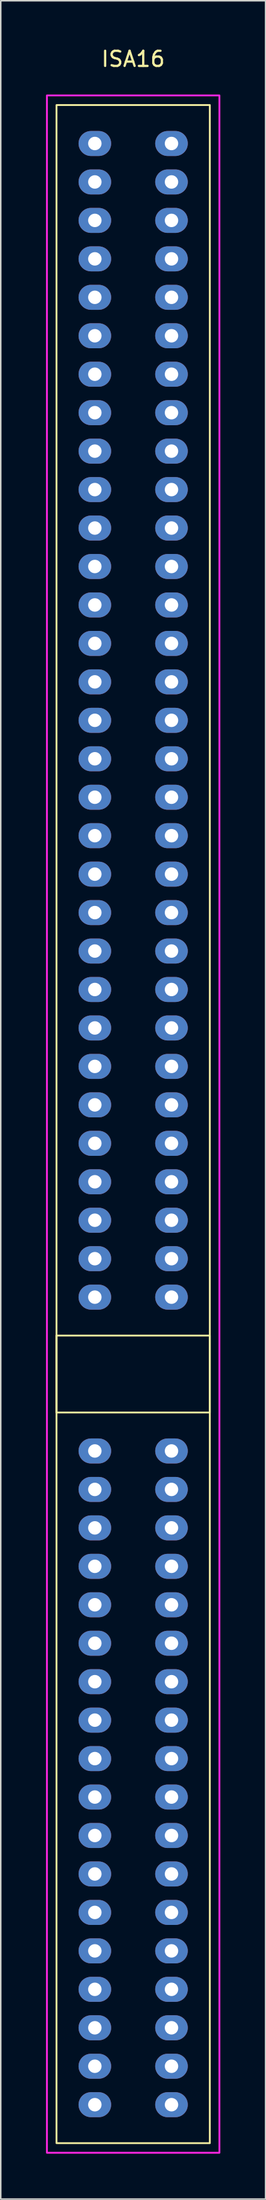
<source format=kicad_pcb>
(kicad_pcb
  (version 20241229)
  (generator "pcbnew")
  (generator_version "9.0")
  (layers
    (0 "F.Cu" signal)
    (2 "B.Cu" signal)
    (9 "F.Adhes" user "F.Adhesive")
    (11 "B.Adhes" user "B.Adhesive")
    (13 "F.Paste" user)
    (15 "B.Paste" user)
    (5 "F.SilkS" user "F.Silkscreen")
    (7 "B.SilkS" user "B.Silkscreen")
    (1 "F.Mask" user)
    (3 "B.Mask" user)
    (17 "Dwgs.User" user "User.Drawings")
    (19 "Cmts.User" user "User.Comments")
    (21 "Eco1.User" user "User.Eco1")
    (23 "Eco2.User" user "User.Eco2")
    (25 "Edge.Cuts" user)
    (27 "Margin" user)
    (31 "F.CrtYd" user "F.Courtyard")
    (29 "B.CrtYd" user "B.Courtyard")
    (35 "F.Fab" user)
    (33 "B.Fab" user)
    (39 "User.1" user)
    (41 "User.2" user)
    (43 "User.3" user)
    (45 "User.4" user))
  (footprint "ISA16"
    (layer "F.Cu")
    (at 3.235 6.428)
    (property "Reference" "ISA16" (at 2.54 -5.58 0) (unlocked yes) (layer "F.SilkS") (effects (font (size 1 1) (thickness 0.15))))
    (attr through_hole)
    (fp_rect (start -2.54 -2.54) (end 7.62 132.08) (stroke (width 0.12) (type default)) (fill no) (layer "F.SilkS"))
    (fp_rect (start -2.54 78.74) (end 7.62 83.82) (stroke (width 0.12) (type default)) (fill no) (layer "F.SilkS"))
    (fp_rect (start -3.175 -3.175) (end 8.255 132.715) (stroke (width 0.12) (type default)) (fill no) (layer "F.CrtYd"))
    (pad "1" thru_hole oval (at 0 0) (size 2.159 1.651) (drill 0.889) (layers "*.Cu" "*.Mask"))
    (pad "2" thru_hole oval (at 0 2.54) (size 2.159 1.651) (drill 0.889) (layers "*.Cu" "*.Mask"))
    (pad "3" thru_hole oval (at 0 5.08) (size 2.159 1.651) (drill 0.889) (layers "*.Cu" "*.Mask"))
    (pad "4" thru_hole oval (at 0 7.62) (size 2.159 1.651) (drill 0.889) (layers "*.Cu" "*.Mask"))
    (pad "5" thru_hole oval (at 0 10.16) (size 2.159 1.651) (drill 0.889) (layers "*.Cu" "*.Mask"))
    (pad "6" thru_hole oval (at 0 12.7) (size 2.159 1.651) (drill 0.889) (layers "*.Cu" "*.Mask"))
    (pad "7" thru_hole oval (at 0 15.24) (size 2.159 1.651) (drill 0.889) (layers "*.Cu" "*.Mask"))
    (pad "8" thru_hole oval (at 0 17.78) (size 2.159 1.651) (drill 0.889) (layers "*.Cu" "*.Mask"))
    (pad "9" thru_hole oval (at 0 20.32) (size 2.159 1.651) (drill 0.889) (layers "*.Cu" "*.Mask"))
    (pad "10" thru_hole oval (at 0 22.86) (size 2.159 1.651) (drill 0.889) (layers "*.Cu" "*.Mask"))
    (pad "11" thru_hole oval (at 0 25.4) (size 2.159 1.651) (drill 0.889) (layers "*.Cu" "*.Mask"))
    (pad "12" thru_hole oval (at 0 27.94) (size 2.159 1.651) (drill 0.889) (layers "*.Cu" "*.Mask"))
    (pad "13" thru_hole oval (at 0 30.48) (size 2.159 1.651) (drill 0.889) (layers "*.Cu" "*.Mask"))
    (pad "14" thru_hole oval (at 0 33.02) (size 2.159 1.651) (drill 0.889) (layers "*.Cu" "*.Mask"))
    (pad "15" thru_hole oval (at 0 35.56) (size 2.159 1.651) (drill 0.889) (layers "*.Cu" "*.Mask"))
    (pad "16" thru_hole oval (at 0 38.1) (size 2.159 1.651) (drill 0.889) (layers "*.Cu" "*.Mask"))
    (pad "17" thru_hole oval (at 0 40.64) (size 2.159 1.651) (drill 0.889) (layers "*.Cu" "*.Mask"))
    (pad "18" thru_hole oval (at 0 43.18) (size 2.159 1.651) (drill 0.889) (layers "*.Cu" "*.Mask"))
    (pad "19" thru_hole oval (at 0 45.72) (size 2.159 1.651) (drill 0.889) (layers "*.Cu" "*.Mask"))
    (pad "20" thru_hole oval (at 0 48.26) (size 2.159 1.651) (drill 0.889) (layers "*.Cu" "*.Mask"))
    (pad "21" thru_hole oval (at 0 50.8) (size 2.159 1.651) (drill 0.889) (layers "*.Cu" "*.Mask"))
    (pad "22" thru_hole oval (at 0 53.34) (size 2.159 1.651) (drill 0.889) (layers "*.Cu" "*.Mask"))
    (pad "23" thru_hole oval (at 0 55.88) (size 2.159 1.651) (drill 0.889) (layers "*.Cu" "*.Mask"))
    (pad "24" thru_hole oval (at 0 58.42) (size 2.159 1.651) (drill 0.889) (layers "*.Cu" "*.Mask"))
    (pad "25" thru_hole oval (at 0 60.96) (size 2.159 1.651) (drill 0.889) (layers "*.Cu" "*.Mask"))
    (pad "26" thru_hole oval (at 0 63.5) (size 2.159 1.651) (drill 0.889) (layers "*.Cu" "*.Mask"))
    (pad "27" thru_hole oval (at 0 66.04) (size 2.159 1.651) (drill 0.889) (layers "*.Cu" "*.Mask"))
    (pad "28" thru_hole oval (at 0 68.58) (size 2.159 1.651) (drill 0.889) (layers "*.Cu" "*.Mask"))
    (pad "29" thru_hole oval (at 0 71.12) (size 2.159 1.651) (drill 0.889) (layers "*.Cu" "*.Mask"))
    (pad "30" thru_hole oval (at 0 73.66) (size 2.159 1.651) (drill 0.889) (layers "*.Cu" "*.Mask"))
    (pad "31" thru_hole oval (at 0 76.2) (size 2.159 1.651) (drill 0.889) (layers "*.Cu" "*.Mask"))
    (pad "32" thru_hole oval (at 5.08 0) (size 2.159 1.651) (drill 0.889) (layers "*.Cu" "*.Mask"))
    (pad "33" thru_hole oval (at 5.08 2.54) (size 2.159 1.651) (drill 0.889) (layers "*.Cu" "*.Mask"))
    (pad "34" thru_hole oval (at 5.08 5.08) (size 2.159 1.651) (drill 0.889) (layers "*.Cu" "*.Mask"))
    (pad "35" thru_hole oval (at 5.08 7.62) (size 2.159 1.651) (drill 0.889) (layers "*.Cu" "*.Mask"))
    (pad "36" thru_hole oval (at 5.08 10.16) (size 2.159 1.651) (drill 0.889) (layers "*.Cu" "*.Mask"))
    (pad "37" thru_hole oval (at 5.08 12.7) (size 2.159 1.651) (drill 0.889) (layers "*.Cu" "*.Mask"))
    (pad "38" thru_hole oval (at 5.08 15.24) (size 2.159 1.651) (drill 0.889) (layers "*.Cu" "*.Mask"))
    (pad "39" thru_hole oval (at 5.08 17.78) (size 2.159 1.651) (drill 0.889) (layers "*.Cu" "*.Mask"))
    (pad "40" thru_hole oval (at 5.08 20.32) (size 2.159 1.651) (drill 0.889) (layers "*.Cu" "*.Mask"))
    (pad "41" thru_hole oval (at 5.08 22.86) (size 2.159 1.651) (drill 0.889) (layers "*.Cu" "*.Mask"))
    (pad "42" thru_hole oval (at 5.08 25.4) (size 2.159 1.651) (drill 0.889) (layers "*.Cu" "*.Mask"))
    (pad "43" thru_hole oval (at 5.08 27.94) (size 2.159 1.651) (drill 0.889) (layers "*.Cu" "*.Mask"))
    (pad "44" thru_hole oval (at 5.08 30.48) (size 2.159 1.651) (drill 0.889) (layers "*.Cu" "*.Mask"))
    (pad "45" thru_hole oval (at 5.08 33.02) (size 2.159 1.651) (drill 0.889) (layers "*.Cu" "*.Mask"))
    (pad "46" thru_hole oval (at 5.08 35.56) (size 2.159 1.651) (drill 0.889) (layers "*.Cu" "*.Mask"))
    (pad "47" thru_hole oval (at 5.08 38.1) (size 2.159 1.651) (drill 0.889) (layers "*.Cu" "*.Mask"))
    (pad "48" thru_hole oval (at 5.08 40.64) (size 2.159 1.651) (drill 0.889) (layers "*.Cu" "*.Mask"))
    (pad "49" thru_hole oval (at 5.08 43.18) (size 2.159 1.651) (drill 0.889) (layers "*.Cu" "*.Mask"))
    (pad "50" thru_hole oval (at 5.08 45.72) (size 2.159 1.651) (drill 0.889) (layers "*.Cu" "*.Mask"))
    (pad "51" thru_hole oval (at 5.08 48.26) (size 2.159 1.651) (drill 0.889) (layers "*.Cu" "*.Mask"))
    (pad "52" thru_hole oval (at 5.08 50.8) (size 2.159 1.651) (drill 0.889) (layers "*.Cu" "*.Mask"))
    (pad "53" thru_hole oval (at 5.08 53.34) (size 2.159 1.651) (drill 0.889) (layers "*.Cu" "*.Mask"))
    (pad "54" thru_hole oval (at 5.08 55.88) (size 2.159 1.651) (drill 0.889) (layers "*.Cu" "*.Mask"))
    (pad "55" thru_hole oval (at 5.08 58.42) (size 2.159 1.651) (drill 0.889) (layers "*.Cu" "*.Mask"))
    (pad "56" thru_hole oval (at 5.08 60.96) (size 2.159 1.651) (drill 0.889) (layers "*.Cu" "*.Mask"))
    (pad "57" thru_hole oval (at 5.08 63.5) (size 2.159 1.651) (drill 0.889) (layers "*.Cu" "*.Mask"))
    (pad "58" thru_hole oval (at 5.08 66.04) (size 2.159 1.651) (drill 0.889) (layers "*.Cu" "*.Mask"))
    (pad "59" thru_hole oval (at 5.08 68.58) (size 2.159 1.651) (drill 0.889) (layers "*.Cu" "*.Mask"))
    (pad "60" thru_hole oval (at 5.08 71.12) (size 2.159 1.651) (drill 0.889) (layers "*.Cu" "*.Mask"))
    (pad "61" thru_hole oval (at 5.08 73.66) (size 2.159 1.651) (drill 0.889) (layers "*.Cu" "*.Mask"))
    (pad "62" thru_hole oval (at 5.08 76.2) (size 2.159 1.651) (drill 0.889) (layers "*.Cu" "*.Mask"))
    (pad "63" thru_hole oval (at 0 86.36) (size 2.159 1.651) (drill 0.889) (layers "*.Cu" "*.Mask"))
    (pad "64" thru_hole oval (at 0 88.9) (size 2.159 1.651) (drill 0.889) (layers "*.Cu" "*.Mask"))
    (pad "65" thru_hole oval (at 0 91.44) (size 2.159 1.651) (drill 0.889) (layers "*.Cu" "*.Mask"))
    (pad "66" thru_hole oval (at 0 93.98) (size 2.159 1.651) (drill 0.889) (layers "*.Cu" "*.Mask"))
    (pad "67" thru_hole oval (at 0 96.52) (size 2.159 1.651) (drill 0.889) (layers "*.Cu" "*.Mask"))
    (pad "68" thru_hole oval (at 0 99.06) (size 2.159 1.651) (drill 0.889) (layers "*.Cu" "*.Mask"))
    (pad "69" thru_hole oval (at 0 101.6) (size 2.159 1.651) (drill 0.889) (layers "*.Cu" "*.Mask"))
    (pad "70" thru_hole oval (at 0 104.14) (size 2.159 1.651) (drill 0.889) (layers "*.Cu" "*.Mask"))
    (pad "71" thru_hole oval (at 0 106.68) (size 2.159 1.651) (drill 0.889) (layers "*.Cu" "*.Mask"))
    (pad "72" thru_hole oval (at 0 109.22) (size 2.159 1.651) (drill 0.889) (layers "*.Cu" "*.Mask"))
    (pad "73" thru_hole oval (at 0 111.76) (size 2.159 1.651) (drill 0.889) (layers "*.Cu" "*.Mask"))
    (pad "74" thru_hole oval (at 0 114.3) (size 2.159 1.651) (drill 0.889) (layers "*.Cu" "*.Mask"))
    (pad "75" thru_hole oval (at 0 116.84) (size 2.159 1.651) (drill 0.889) (layers "*.Cu" "*.Mask"))
    (pad "76" thru_hole oval (at 0 119.38) (size 2.159 1.651) (drill 0.889) (layers "*.Cu" "*.Mask"))
    (pad "77" thru_hole oval (at 0 121.92) (size 2.159 1.651) (drill 0.889) (layers "*.Cu" "*.Mask"))
    (pad "78" thru_hole oval (at 0 124.46) (size 2.159 1.651) (drill 0.889) (layers "*.Cu" "*.Mask"))
    (pad "79" thru_hole oval (at 0 127) (size 2.159 1.651) (drill 0.889) (layers "*.Cu" "*.Mask"))
    (pad "80" thru_hole oval (at 0 129.54) (size 2.159 1.651) (drill 0.889) (layers "*.Cu" "*.Mask"))
    (pad "81" thru_hole oval (at 5.08 86.36) (size 2.159 1.651) (drill 0.889) (layers "*.Cu" "*.Mask"))
    (pad "82" thru_hole oval (at 5.08 88.9) (size 2.159 1.651) (drill 0.889) (layers "*.Cu" "*.Mask"))
    (pad "83" thru_hole oval (at 5.08 91.44) (size 2.159 1.651) (drill 0.889) (layers "*.Cu" "*.Mask"))
    (pad "84" thru_hole oval (at 5.08 93.98) (size 2.159 1.651) (drill 0.889) (layers "*.Cu" "*.Mask"))
    (pad "85" thru_hole oval (at 5.08 96.52) (size 2.159 1.651) (drill 0.889) (layers "*.Cu" "*.Mask"))
    (pad "86" thru_hole oval (at 5.08 99.06) (size 2.159 1.651) (drill 0.889) (layers "*.Cu" "*.Mask"))
    (pad "87" thru_hole oval (at 5.08 101.6) (size 2.159 1.651) (drill 0.889) (layers "*.Cu" "*.Mask"))
    (pad "88" thru_hole oval (at 5.08 104.14) (size 2.159 1.651) (drill 0.889) (layers "*.Cu" "*.Mask"))
    (pad "89" thru_hole oval (at 5.08 106.68) (size 2.159 1.651) (drill 0.889) (layers "*.Cu" "*.Mask"))
    (pad "90" thru_hole oval (at 5.08 109.22) (size 2.159 1.651) (drill 0.889) (layers "*.Cu" "*.Mask"))
    (pad "91" thru_hole oval (at 5.08 111.76) (size 2.159 1.651) (drill 0.889) (layers "*.Cu" "*.Mask"))
    (pad "92" thru_hole oval (at 5.08 114.3) (size 2.159 1.651) (drill 0.889) (layers "*.Cu" "*.Mask"))
    (pad "93" thru_hole oval (at 5.08 116.84) (size 2.159 1.651) (drill 0.889) (layers "*.Cu" "*.Mask"))
    (pad "94" thru_hole oval (at 5.08 119.38) (size 2.159 1.651) (drill 0.889) (layers "*.Cu" "*.Mask"))
    (pad "95" thru_hole oval (at 5.08 121.92) (size 2.159 1.651) (drill 0.889) (layers "*.Cu" "*.Mask"))
    (pad "96" thru_hole oval (at 5.08 124.46) (size 2.159 1.651) (drill 0.889) (layers "*.Cu" "*.Mask"))
    (pad "97" thru_hole oval (at 5.08 127) (size 2.159 1.651) (drill 0.889) (layers "*.Cu" "*.Mask"))
    (pad "98" thru_hole oval (at 5.08 129.54) (size 2.159 1.651) (drill 0.889) (layers "*.Cu" "*.Mask")))
  (gr_rect
    (start -3 -3)
    (end 14.55 142.203)
    (stroke (width 0.1) (type default))
    (fill no)
    (layer "Edge.Cuts")))
</source>
